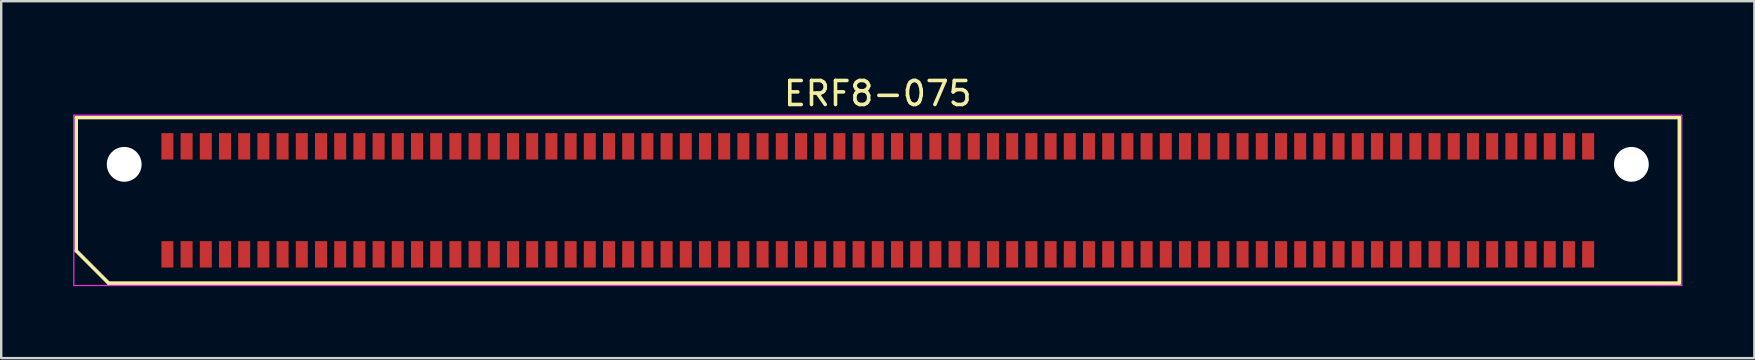
<source format=kicad_pcb>
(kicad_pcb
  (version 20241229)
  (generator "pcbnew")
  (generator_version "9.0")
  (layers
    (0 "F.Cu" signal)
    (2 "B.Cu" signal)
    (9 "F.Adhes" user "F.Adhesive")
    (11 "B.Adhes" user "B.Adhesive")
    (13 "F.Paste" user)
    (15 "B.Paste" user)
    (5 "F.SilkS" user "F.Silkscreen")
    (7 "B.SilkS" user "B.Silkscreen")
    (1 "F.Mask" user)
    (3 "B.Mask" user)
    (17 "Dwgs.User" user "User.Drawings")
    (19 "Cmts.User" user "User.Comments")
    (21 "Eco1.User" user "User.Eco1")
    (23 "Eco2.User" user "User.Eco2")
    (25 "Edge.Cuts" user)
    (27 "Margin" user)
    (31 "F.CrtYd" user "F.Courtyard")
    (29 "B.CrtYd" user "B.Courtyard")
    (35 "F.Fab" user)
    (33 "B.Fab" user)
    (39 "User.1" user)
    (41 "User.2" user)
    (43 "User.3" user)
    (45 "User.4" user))
  (footprint "ERF8-075"
    (layer "F.Cu")
    (at 33.525 5.298)
    (property "Reference" "ERF8-075" (at 0 -4.45 0) (layer "F.SilkS") (effects (font (size 1 1) (thickness 0.15))))
    (attr smd)
    (fp_line (start -33.4 -3.45) (end 33.4 -3.45) (stroke (width 0.15) (type solid)) (layer "F.SilkS"))
    (fp_line (start -33.4 2.1) (end -33.4 -3.45) (stroke (width 0.15) (type solid)) (layer "F.SilkS"))
    (fp_line (start -32.05 3.45) (end -33.4 2.1) (stroke (width 0.15) (type solid)) (layer "F.SilkS"))
    (fp_line (start 33.4 -3.45) (end 33.4 3.45) (stroke (width 0.15) (type solid)) (layer "F.SilkS"))
    (fp_line (start 33.4 3.45) (end -32.05 3.45) (stroke (width 0.15) (type solid)) (layer "F.SilkS"))
    (fp_line (start -33.5 -3.55) (end 33.5 -3.55) (stroke (width 0.05) (type solid)) (layer "F.CrtYd"))
    (fp_line (start -33.5 3.55) (end -33.5 -3.55) (stroke (width 0.05) (type solid)) (layer "F.CrtYd"))
    (fp_line (start 33.5 -3.55) (end 33.5 3.55) (stroke (width 0.05) (type solid)) (layer "F.CrtYd"))
    (fp_line (start 33.5 3.55) (end -33.5 3.55) (stroke (width 0.05) (type solid)) (layer "F.CrtYd"))
    (pad "" np_thru_hole circle (at -31.4 -1.5) (size 1.45 1.45) (drill 1.45) (layers "*.Cu" "*.Mask"))
    (pad "" np_thru_hole circle (at 31.4 -1.5) (size 1.45 1.45) (drill 1.45) (layers "*.Cu" "*.Mask"))
    (pad "1" smd rect (at -29.6 2.25) (size 0.5 1.1) (layers "F.Cu" "F.Mask" "F.Paste"))
    (pad "2" smd rect (at -29.6 -2.25) (size 0.5 1.1) (layers "F.Cu" "F.Mask" "F.Paste"))
    (pad "3" smd rect (at -28.8 2.25) (size 0.5 1.1) (layers "F.Cu" "F.Mask" "F.Paste"))
    (pad "4" smd rect (at -28.8 -2.25) (size 0.5 1.1) (layers "F.Cu" "F.Mask" "F.Paste"))
    (pad "5" smd rect (at -28 2.25) (size 0.5 1.1) (layers "F.Cu" "F.Mask" "F.Paste"))
    (pad "6" smd rect (at -28 -2.25) (size 0.5 1.1) (layers "F.Cu" "F.Mask" "F.Paste"))
    (pad "7" smd rect (at -27.2 2.25) (size 0.5 1.1) (layers "F.Cu" "F.Mask" "F.Paste"))
    (pad "8" smd rect (at -27.2 -2.25) (size 0.5 1.1) (layers "F.Cu" "F.Mask" "F.Paste"))
    (pad "9" smd rect (at -26.4 2.25) (size 0.5 1.1) (layers "F.Cu" "F.Mask" "F.Paste"))
    (pad "10" smd rect (at -26.4 -2.25) (size 0.5 1.1) (layers "F.Cu" "F.Mask" "F.Paste"))
    (pad "11" smd rect (at -25.6 2.25) (size 0.5 1.1) (layers "F.Cu" "F.Mask" "F.Paste"))
    (pad "12" smd rect (at -25.6 -2.25) (size 0.5 1.1) (layers "F.Cu" "F.Mask" "F.Paste"))
    (pad "13" smd rect (at -24.8 2.25) (size 0.5 1.1) (layers "F.Cu" "F.Mask" "F.Paste"))
    (pad "14" smd rect (at -24.8 -2.25) (size 0.5 1.1) (layers "F.Cu" "F.Mask" "F.Paste"))
    (pad "15" smd rect (at -24 2.25) (size 0.5 1.1) (layers "F.Cu" "F.Mask" "F.Paste"))
    (pad "16" smd rect (at -24 -2.25) (size 0.5 1.1) (layers "F.Cu" "F.Mask" "F.Paste"))
    (pad "17" smd rect (at -23.2 2.25) (size 0.5 1.1) (layers "F.Cu" "F.Mask" "F.Paste"))
    (pad "18" smd rect (at -23.2 -2.25) (size 0.5 1.1) (layers "F.Cu" "F.Mask" "F.Paste"))
    (pad "19" smd rect (at -22.4 2.25) (size 0.5 1.1) (layers "F.Cu" "F.Mask" "F.Paste"))
    (pad "20" smd rect (at -22.4 -2.25) (size 0.5 1.1) (layers "F.Cu" "F.Mask" "F.Paste"))
    (pad "21" smd rect (at -21.6 2.25) (size 0.5 1.1) (layers "F.Cu" "F.Mask" "F.Paste"))
    (pad "22" smd rect (at -21.6 -2.25) (size 0.5 1.1) (layers "F.Cu" "F.Mask" "F.Paste"))
    (pad "23" smd rect (at -20.8 2.25) (size 0.5 1.1) (layers "F.Cu" "F.Mask" "F.Paste"))
    (pad "24" smd rect (at -20.8 -2.25) (size 0.5 1.1) (layers "F.Cu" "F.Mask" "F.Paste"))
    (pad "25" smd rect (at -20 2.25) (size 0.5 1.1) (layers "F.Cu" "F.Mask" "F.Paste"))
    (pad "26" smd rect (at -20 -2.25) (size 0.5 1.1) (layers "F.Cu" "F.Mask" "F.Paste"))
    (pad "27" smd rect (at -19.2 2.25) (size 0.5 1.1) (layers "F.Cu" "F.Mask" "F.Paste"))
    (pad "28" smd rect (at -19.2 -2.25) (size 0.5 1.1) (layers "F.Cu" "F.Mask" "F.Paste"))
    (pad "29" smd rect (at -18.4 2.25) (size 0.5 1.1) (layers "F.Cu" "F.Mask" "F.Paste"))
    (pad "30" smd rect (at -18.4 -2.25) (size 0.5 1.1) (layers "F.Cu" "F.Mask" "F.Paste"))
    (pad "31" smd rect (at -17.6 2.25) (size 0.5 1.1) (layers "F.Cu" "F.Mask" "F.Paste"))
    (pad "32" smd rect (at -17.6 -2.25) (size 0.5 1.1) (layers "F.Cu" "F.Mask" "F.Paste"))
    (pad "33" smd rect (at -16.8 2.25) (size 0.5 1.1) (layers "F.Cu" "F.Mask" "F.Paste"))
    (pad "34" smd rect (at -16.8 -2.25) (size 0.5 1.1) (layers "F.Cu" "F.Mask" "F.Paste"))
    (pad "35" smd rect (at -16 2.25) (size 0.5 1.1) (layers "F.Cu" "F.Mask" "F.Paste"))
    (pad "36" smd rect (at -16 -2.25) (size 0.5 1.1) (layers "F.Cu" "F.Mask" "F.Paste"))
    (pad "37" smd rect (at -15.2 2.25) (size 0.5 1.1) (layers "F.Cu" "F.Mask" "F.Paste"))
    (pad "38" smd rect (at -15.2 -2.25) (size 0.5 1.1) (layers "F.Cu" "F.Mask" "F.Paste"))
    (pad "39" smd rect (at -14.4 2.25) (size 0.5 1.1) (layers "F.Cu" "F.Mask" "F.Paste"))
    (pad "40" smd rect (at -14.4 -2.25) (size 0.5 1.1) (layers "F.Cu" "F.Mask" "F.Paste"))
    (pad "41" smd rect (at -13.6 2.25) (size 0.5 1.1) (layers "F.Cu" "F.Mask" "F.Paste"))
    (pad "42" smd rect (at -13.6 -2.25) (size 0.5 1.1) (layers "F.Cu" "F.Mask" "F.Paste"))
    (pad "43" smd rect (at -12.8 2.25) (size 0.5 1.1) (layers "F.Cu" "F.Mask" "F.Paste"))
    (pad "44" smd rect (at -12.8 -2.25) (size 0.5 1.1) (layers "F.Cu" "F.Mask" "F.Paste"))
    (pad "45" smd rect (at -12 2.25) (size 0.5 1.1) (layers "F.Cu" "F.Mask" "F.Paste"))
    (pad "46" smd rect (at -12 -2.25) (size 0.5 1.1) (layers "F.Cu" "F.Mask" "F.Paste"))
    (pad "47" smd rect (at -11.2 2.25) (size 0.5 1.1) (layers "F.Cu" "F.Mask" "F.Paste"))
    (pad "48" smd rect (at -11.2 -2.25) (size 0.5 1.1) (layers "F.Cu" "F.Mask" "F.Paste"))
    (pad "49" smd rect (at -10.4 2.25) (size 0.5 1.1) (layers "F.Cu" "F.Mask" "F.Paste"))
    (pad "50" smd rect (at -10.4 -2.25) (size 0.5 1.1) (layers "F.Cu" "F.Mask" "F.Paste"))
    (pad "51" smd rect (at -9.6 2.25) (size 0.5 1.1) (layers "F.Cu" "F.Mask" "F.Paste"))
    (pad "52" smd rect (at -9.6 -2.25) (size 0.5 1.1) (layers "F.Cu" "F.Mask" "F.Paste"))
    (pad "53" smd rect (at -8.8 2.25) (size 0.5 1.1) (layers "F.Cu" "F.Mask" "F.Paste"))
    (pad "54" smd rect (at -8.8 -2.25) (size 0.5 1.1) (layers "F.Cu" "F.Mask" "F.Paste"))
    (pad "55" smd rect (at -8 2.25) (size 0.5 1.1) (layers "F.Cu" "F.Mask" "F.Paste"))
    (pad "56" smd rect (at -8 -2.25) (size 0.5 1.1) (layers "F.Cu" "F.Mask" "F.Paste"))
    (pad "57" smd rect (at -7.2 2.25) (size 0.5 1.1) (layers "F.Cu" "F.Mask" "F.Paste"))
    (pad "58" smd rect (at -7.2 -2.25) (size 0.5 1.1) (layers "F.Cu" "F.Mask" "F.Paste"))
    (pad "59" smd rect (at -6.4 2.25) (size 0.5 1.1) (layers "F.Cu" "F.Mask" "F.Paste"))
    (pad "60" smd rect (at -6.4 -2.25) (size 0.5 1.1) (layers "F.Cu" "F.Mask" "F.Paste"))
    (pad "61" smd rect (at -5.6 2.25) (size 0.5 1.1) (layers "F.Cu" "F.Mask" "F.Paste"))
    (pad "62" smd rect (at -5.6 -2.25) (size 0.5 1.1) (layers "F.Cu" "F.Mask" "F.Paste"))
    (pad "63" smd rect (at -4.8 2.25) (size 0.5 1.1) (layers "F.Cu" "F.Mask" "F.Paste"))
    (pad "64" smd rect (at -4.8 -2.25) (size 0.5 1.1) (layers "F.Cu" "F.Mask" "F.Paste"))
    (pad "65" smd rect (at -4 2.25) (size 0.5 1.1) (layers "F.Cu" "F.Mask" "F.Paste"))
    (pad "66" smd rect (at -4 -2.25) (size 0.5 1.1) (layers "F.Cu" "F.Mask" "F.Paste"))
    (pad "67" smd rect (at -3.2 2.25) (size 0.5 1.1) (layers "F.Cu" "F.Mask" "F.Paste"))
    (pad "68" smd rect (at -3.2 -2.25) (size 0.5 1.1) (layers "F.Cu" "F.Mask" "F.Paste"))
    (pad "69" smd rect (at -2.4 2.25) (size 0.5 1.1) (layers "F.Cu" "F.Mask" "F.Paste"))
    (pad "70" smd rect (at -2.4 -2.25) (size 0.5 1.1) (layers "F.Cu" "F.Mask" "F.Paste"))
    (pad "71" smd rect (at -1.6 2.25) (size 0.5 1.1) (layers "F.Cu" "F.Mask" "F.Paste"))
    (pad "72" smd rect (at -1.6 -2.25) (size 0.5 1.1) (layers "F.Cu" "F.Mask" "F.Paste"))
    (pad "73" smd rect (at -0.8 2.25) (size 0.5 1.1) (layers "F.Cu" "F.Mask" "F.Paste"))
    (pad "74" smd rect (at -0.8 -2.25) (size 0.5 1.1) (layers "F.Cu" "F.Mask" "F.Paste"))
    (pad "75" smd rect (at 0 2.25) (size 0.5 1.1) (layers "F.Cu" "F.Mask" "F.Paste"))
    (pad "76" smd rect (at 0 -2.25) (size 0.5 1.1) (layers "F.Cu" "F.Mask" "F.Paste"))
    (pad "77" smd rect (at 0.8 2.25) (size 0.5 1.1) (layers "F.Cu" "F.Mask" "F.Paste"))
    (pad "78" smd rect (at 0.8 -2.25) (size 0.5 1.1) (layers "F.Cu" "F.Mask" "F.Paste"))
    (pad "79" smd rect (at 1.6 2.25) (size 0.5 1.1) (layers "F.Cu" "F.Mask" "F.Paste"))
    (pad "80" smd rect (at 1.6 -2.25) (size 0.5 1.1) (layers "F.Cu" "F.Mask" "F.Paste"))
    (pad "81" smd rect (at 2.4 2.25) (size 0.5 1.1) (layers "F.Cu" "F.Mask" "F.Paste"))
    (pad "82" smd rect (at 2.4 -2.25) (size 0.5 1.1) (layers "F.Cu" "F.Mask" "F.Paste"))
    (pad "83" smd rect (at 3.2 2.25) (size 0.5 1.1) (layers "F.Cu" "F.Mask" "F.Paste"))
    (pad "84" smd rect (at 3.2 -2.25) (size 0.5 1.1) (layers "F.Cu" "F.Mask" "F.Paste"))
    (pad "85" smd rect (at 4 2.25) (size 0.5 1.1) (layers "F.Cu" "F.Mask" "F.Paste"))
    (pad "86" smd rect (at 4 -2.25) (size 0.5 1.1) (layers "F.Cu" "F.Mask" "F.Paste"))
    (pad "87" smd rect (at 4.8 2.25) (size 0.5 1.1) (layers "F.Cu" "F.Mask" "F.Paste"))
    (pad "88" smd rect (at 4.8 -2.25) (size 0.5 1.1) (layers "F.Cu" "F.Mask" "F.Paste"))
    (pad "89" smd rect (at 5.6 2.25) (size 0.5 1.1) (layers "F.Cu" "F.Mask" "F.Paste"))
    (pad "90" smd rect (at 5.6 -2.25) (size 0.5 1.1) (layers "F.Cu" "F.Mask" "F.Paste"))
    (pad "91" smd rect (at 6.4 2.25) (size 0.5 1.1) (layers "F.Cu" "F.Mask" "F.Paste"))
    (pad "92" smd rect (at 6.4 -2.25) (size 0.5 1.1) (layers "F.Cu" "F.Mask" "F.Paste"))
    (pad "93" smd rect (at 7.2 2.25) (size 0.5 1.1) (layers "F.Cu" "F.Mask" "F.Paste"))
    (pad "94" smd rect (at 7.2 -2.25) (size 0.5 1.1) (layers "F.Cu" "F.Mask" "F.Paste"))
    (pad "95" smd rect (at 8 2.25) (size 0.5 1.1) (layers "F.Cu" "F.Mask" "F.Paste"))
    (pad "96" smd rect (at 8 -2.25) (size 0.5 1.1) (layers "F.Cu" "F.Mask" "F.Paste"))
    (pad "97" smd rect (at 8.8 2.25) (size 0.5 1.1) (layers "F.Cu" "F.Mask" "F.Paste"))
    (pad "98" smd rect (at 8.8 -2.25) (size 0.5 1.1) (layers "F.Cu" "F.Mask" "F.Paste"))
    (pad "99" smd rect (at 9.6 2.25) (size 0.5 1.1) (layers "F.Cu" "F.Mask" "F.Paste"))
    (pad "100" smd rect (at 9.6 -2.25) (size 0.5 1.1) (layers "F.Cu" "F.Mask" "F.Paste"))
    (pad "101" smd rect (at 10.4 2.25) (size 0.5 1.1) (layers "F.Cu" "F.Mask" "F.Paste"))
    (pad "102" smd rect (at 10.4 -2.25) (size 0.5 1.1) (layers "F.Cu" "F.Mask" "F.Paste"))
    (pad "103" smd rect (at 11.2 2.25) (size 0.5 1.1) (layers "F.Cu" "F.Mask" "F.Paste"))
    (pad "104" smd rect (at 11.2 -2.25) (size 0.5 1.1) (layers "F.Cu" "F.Mask" "F.Paste"))
    (pad "105" smd rect (at 12 2.25) (size 0.5 1.1) (layers "F.Cu" "F.Mask" "F.Paste"))
    (pad "106" smd rect (at 12 -2.25) (size 0.5 1.1) (layers "F.Cu" "F.Mask" "F.Paste"))
    (pad "107" smd rect (at 12.8 2.25) (size 0.5 1.1) (layers "F.Cu" "F.Mask" "F.Paste"))
    (pad "108" smd rect (at 12.8 -2.25) (size 0.5 1.1) (layers "F.Cu" "F.Mask" "F.Paste"))
    (pad "109" smd rect (at 13.6 2.25) (size 0.5 1.1) (layers "F.Cu" "F.Mask" "F.Paste"))
    (pad "110" smd rect (at 13.6 -2.25) (size 0.5 1.1) (layers "F.Cu" "F.Mask" "F.Paste"))
    (pad "111" smd rect (at 14.4 2.25) (size 0.5 1.1) (layers "F.Cu" "F.Mask" "F.Paste"))
    (pad "112" smd rect (at 14.4 -2.25) (size 0.5 1.1) (layers "F.Cu" "F.Mask" "F.Paste"))
    (pad "113" smd rect (at 15.2 2.25) (size 0.5 1.1) (layers "F.Cu" "F.Mask" "F.Paste"))
    (pad "114" smd rect (at 15.2 -2.25) (size 0.5 1.1) (layers "F.Cu" "F.Mask" "F.Paste"))
    (pad "115" smd rect (at 16 2.25) (size 0.5 1.1) (layers "F.Cu" "F.Mask" "F.Paste"))
    (pad "116" smd rect (at 16 -2.25) (size 0.5 1.1) (layers "F.Cu" "F.Mask" "F.Paste"))
    (pad "117" smd rect (at 16.8 2.25) (size 0.5 1.1) (layers "F.Cu" "F.Mask" "F.Paste"))
    (pad "118" smd rect (at 16.8 -2.25) (size 0.5 1.1) (layers "F.Cu" "F.Mask" "F.Paste"))
    (pad "119" smd rect (at 17.6 2.25) (size 0.5 1.1) (layers "F.Cu" "F.Mask" "F.Paste"))
    (pad "120" smd rect (at 17.6 -2.25) (size 0.5 1.1) (layers "F.Cu" "F.Mask" "F.Paste"))
    (pad "121" smd rect (at 18.4 2.25) (size 0.5 1.1) (layers "F.Cu" "F.Mask" "F.Paste"))
    (pad "122" smd rect (at 18.4 -2.25) (size 0.5 1.1) (layers "F.Cu" "F.Mask" "F.Paste"))
    (pad "123" smd rect (at 19.2 2.25) (size 0.5 1.1) (layers "F.Cu" "F.Mask" "F.Paste"))
    (pad "124" smd rect (at 19.2 -2.25) (size 0.5 1.1) (layers "F.Cu" "F.Mask" "F.Paste"))
    (pad "125" smd rect (at 20 2.25) (size 0.5 1.1) (layers "F.Cu" "F.Mask" "F.Paste"))
    (pad "126" smd rect (at 20 -2.25) (size 0.5 1.1) (layers "F.Cu" "F.Mask" "F.Paste"))
    (pad "127" smd rect (at 20.8 2.25) (size 0.5 1.1) (layers "F.Cu" "F.Mask" "F.Paste"))
    (pad "128" smd rect (at 20.8 -2.25) (size 0.5 1.1) (layers "F.Cu" "F.Mask" "F.Paste"))
    (pad "129" smd rect (at 21.6 2.25) (size 0.5 1.1) (layers "F.Cu" "F.Mask" "F.Paste"))
    (pad "130" smd rect (at 21.6 -2.25) (size 0.5 1.1) (layers "F.Cu" "F.Mask" "F.Paste"))
    (pad "131" smd rect (at 22.4 2.25) (size 0.5 1.1) (layers "F.Cu" "F.Mask" "F.Paste"))
    (pad "132" smd rect (at 22.4 -2.25) (size 0.5 1.1) (layers "F.Cu" "F.Mask" "F.Paste"))
    (pad "133" smd rect (at 23.2 2.25) (size 0.5 1.1) (layers "F.Cu" "F.Mask" "F.Paste"))
    (pad "134" smd rect (at 23.2 -2.25) (size 0.5 1.1) (layers "F.Cu" "F.Mask" "F.Paste"))
    (pad "135" smd rect (at 24 2.25) (size 0.5 1.1) (layers "F.Cu" "F.Mask" "F.Paste"))
    (pad "136" smd rect (at 24 -2.25) (size 0.5 1.1) (layers "F.Cu" "F.Mask" "F.Paste"))
    (pad "137" smd rect (at 24.8 2.25) (size 0.5 1.1) (layers "F.Cu" "F.Mask" "F.Paste"))
    (pad "138" smd rect (at 24.8 -2.25) (size 0.5 1.1) (layers "F.Cu" "F.Mask" "F.Paste"))
    (pad "139" smd rect (at 25.6 2.25) (size 0.5 1.1) (layers "F.Cu" "F.Mask" "F.Paste"))
    (pad "140" smd rect (at 25.6 -2.25) (size 0.5 1.1) (layers "F.Cu" "F.Mask" "F.Paste"))
    (pad "141" smd rect (at 26.4 2.25) (size 0.5 1.1) (layers "F.Cu" "F.Mask" "F.Paste"))
    (pad "142" smd rect (at 26.4 -2.25) (size 0.5 1.1) (layers "F.Cu" "F.Mask" "F.Paste"))
    (pad "143" smd rect (at 27.2 2.25) (size 0.5 1.1) (layers "F.Cu" "F.Mask" "F.Paste"))
    (pad "144" smd rect (at 27.2 -2.25) (size 0.5 1.1) (layers "F.Cu" "F.Mask" "F.Paste"))
    (pad "145" smd rect (at 28 2.25) (size 0.5 1.1) (layers "F.Cu" "F.Mask" "F.Paste"))
    (pad "146" smd rect (at 28 -2.25) (size 0.5 1.1) (layers "F.Cu" "F.Mask" "F.Paste"))
    (pad "147" smd rect (at 28.8 2.25) (size 0.5 1.1) (layers "F.Cu" "F.Mask" "F.Paste"))
    (pad "148" smd rect (at 28.8 -2.25) (size 0.5 1.1) (layers "F.Cu" "F.Mask" "F.Paste"))
    (pad "149" smd rect (at 29.6 2.25) (size 0.5 1.1) (layers "F.Cu" "F.Mask" "F.Paste"))
    (pad "150" smd rect (at 29.6 -2.25) (size 0.5 1.1) (layers "F.Cu" "F.Mask" "F.Paste")))
  (gr_rect
    (start -3 -3)
    (end 70.05 11.873)
    (stroke (width 0.1) (type default))
    (fill no)
    (layer "Edge.Cuts")))
</source>
